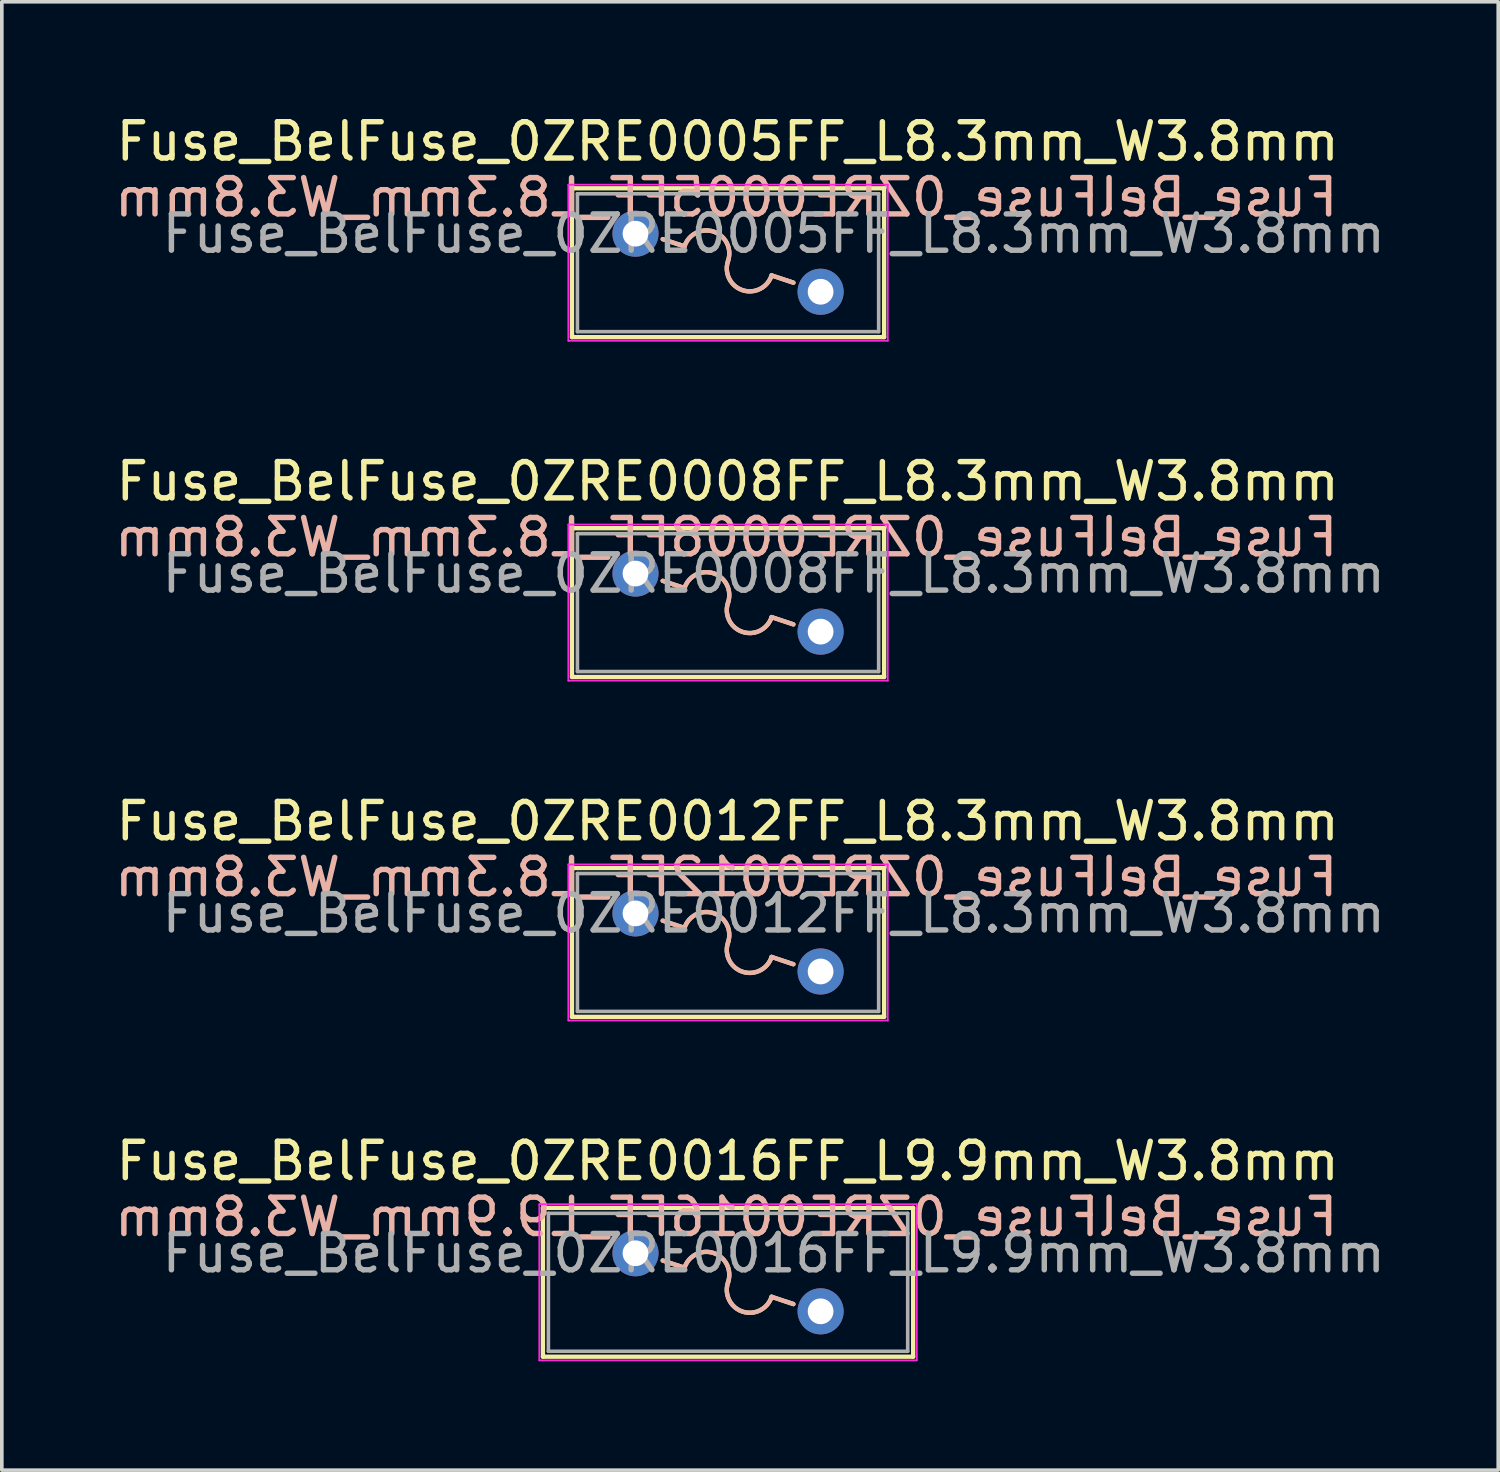
<source format=kicad_pcb>
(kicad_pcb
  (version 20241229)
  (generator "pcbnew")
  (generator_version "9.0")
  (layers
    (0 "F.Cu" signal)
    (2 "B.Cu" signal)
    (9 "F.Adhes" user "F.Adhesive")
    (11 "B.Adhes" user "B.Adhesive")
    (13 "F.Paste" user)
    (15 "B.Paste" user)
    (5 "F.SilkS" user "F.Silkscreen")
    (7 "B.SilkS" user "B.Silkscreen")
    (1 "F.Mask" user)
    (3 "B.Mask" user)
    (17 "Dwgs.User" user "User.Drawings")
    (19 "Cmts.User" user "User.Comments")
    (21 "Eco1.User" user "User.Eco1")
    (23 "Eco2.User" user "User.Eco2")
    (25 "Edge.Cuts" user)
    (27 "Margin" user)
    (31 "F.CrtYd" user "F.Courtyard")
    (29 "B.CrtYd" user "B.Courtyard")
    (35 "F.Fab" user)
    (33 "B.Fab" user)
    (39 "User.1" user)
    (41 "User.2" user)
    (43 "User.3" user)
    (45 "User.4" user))
  (footprint "Fuse_BelFuse_0ZRE0012FF_L8.3mm_W3.8mm"
    (layer "F.Cu")
    (at 14.458 22.115)
    (property "Reference" "Fuse_BelFuse_0ZRE0012FF_L8.3mm_W3.8mm" (at 2.54 -2.54 0) (layer "F.SilkS") (effects (font (size 1 1) (thickness 0.15))))
    (fp_line (start -1.75 -1.25) (end -1.75 2.85) (stroke (width 0.12) (type solid)) (layer "F.SilkS"))
    (fp_line (start -1.75 -1.25) (end 6.85 -1.25) (stroke (width 0.12) (type solid)) (layer "F.SilkS"))
    (fp_line (start -1.75 2.85) (end 6.85 2.85) (stroke (width 0.12) (type solid)) (layer "F.SilkS"))
    (fp_line (start 0.75 0.2) (end 1.35 0.4) (stroke (width 0.12) (type solid)) (layer "F.SilkS"))
    (fp_line (start 3.75 1.2) (end 4.35 1.4) (stroke (width 0.12) (type solid)) (layer "F.SilkS"))
    (fp_line (start 6.85 -1.25) (end 6.85 2.85) (stroke (width 0.12) (type solid)) (layer "F.SilkS"))
    (fp_arc (start 1.350003 0.400002) (mid 2.150001 0.000002) (end 2.550001 0.8) (stroke (width 0.12) (type solid)) (layer "F.SilkS"))
    (fp_arc (start 3.749999 1.199998) (mid 2.950001 1.599998) (end 2.550001 0.8) (stroke (width 0.12) (type solid)) (layer "F.SilkS"))
    (fp_line (start 0.75 0.2) (end 1.35 0.4) (stroke (width 0.12) (type solid)) (layer "B.SilkS"))
    (fp_line (start 3.75 1.2) (end 4.35 1.4) (stroke (width 0.12) (type solid)) (layer "B.SilkS"))
    (fp_arc (start 1.350003 0.400002) (mid 2.150001 0.000002) (end 2.550001 0.8) (stroke (width 0.12) (type solid)) (layer "B.SilkS"))
    (fp_arc (start 3.749999 1.199998) (mid 2.950001 1.599998) (end 2.550001 0.8) (stroke (width 0.12) (type solid)) (layer "B.SilkS"))
    (fp_line (start -1.85 -1.35) (end -1.85 2.95) (stroke (width 0.05) (type solid)) (layer "F.CrtYd"))
    (fp_line (start -1.85 -1.35) (end 6.95 -1.35) (stroke (width 0.05) (type solid)) (layer "F.CrtYd"))
    (fp_line (start -1.85 2.95) (end 6.95 2.95) (stroke (width 0.05) (type solid)) (layer "F.CrtYd"))
    (fp_line (start 6.95 -1.35) (end 6.95 2.95) (stroke (width 0.05) (type solid)) (layer "F.CrtYd"))
    (fp_line (start -1.6 -1.1) (end -1.6 2.7) (stroke (width 0.1) (type solid)) (layer "F.Fab"))
    (fp_line (start -1.6 -1.1) (end 6.7 -1.1) (stroke (width 0.1) (type solid)) (layer "F.Fab"))
    (fp_line (start -1.6 2.7) (end 6.7 2.7) (stroke (width 0.1) (type solid)) (layer "F.Fab"))
    (fp_line (start 6.7 -1.1) (end 6.7 2.7) (stroke (width 0.1) (type solid)) (layer "F.Fab"))
    (fp_text user "${REFERENCE}" (at 2.5 -1 0) (layer "B.SilkS") (effects (font (size 1 1) (thickness 0.15)) (justify mirror)))
    (fp_text user "${REFERENCE}" (at 3.81 0 0) (layer "F.Fab") (effects (font (size 1 1) (thickness 0.15))))
    (pad "1" thru_hole circle (at 0 0) (size 1.27 1.27) (drill 0.71) (layers "*.Cu" "*.Mask"))
    (pad "2" thru_hole circle (at 5.1 1.6) (size 1.27 1.27) (drill 0.71) (layers "*.Cu" "*.Mask")))
  (footprint "Fuse_BelFuse_0ZRE0005FF_L8.3mm_W3.8mm"
    (layer "F.Cu")
    (at 14.458 3.388)
    (property "Reference" "Fuse_BelFuse_0ZRE0005FF_L8.3mm_W3.8mm" (at 2.54 -2.54 0) (layer "F.SilkS") (effects (font (size 1 1) (thickness 0.15))))
    (fp_line (start -1.75 -1.25) (end -1.75 2.85) (stroke (width 0.12) (type solid)) (layer "F.SilkS"))
    (fp_line (start -1.75 -1.25) (end 6.85 -1.25) (stroke (width 0.12) (type solid)) (layer "F.SilkS"))
    (fp_line (start -1.75 2.85) (end 6.85 2.85) (stroke (width 0.12) (type solid)) (layer "F.SilkS"))
    (fp_line (start 0.75 0.15) (end 1.35 0.35) (stroke (width 0.12) (type solid)) (layer "F.SilkS"))
    (fp_line (start 3.75 1.15) (end 4.35 1.35) (stroke (width 0.12) (type solid)) (layer "F.SilkS"))
    (fp_line (start 6.85 -1.25) (end 6.85 2.85) (stroke (width 0.12) (type solid)) (layer "F.SilkS"))
    (fp_arc (start 1.350003 0.350002) (mid 2.150001 -0.049998) (end 2.550001 0.75) (stroke (width 0.12) (type solid)) (layer "F.SilkS"))
    (fp_arc (start 3.749999 1.149998) (mid 2.950001 1.549998) (end 2.550001 0.75) (stroke (width 0.12) (type solid)) (layer "F.SilkS"))
    (fp_line (start 0.75 0.15) (end 1.35 0.35) (stroke (width 0.12) (type solid)) (layer "B.SilkS"))
    (fp_line (start 3.75 1.15) (end 4.35 1.35) (stroke (width 0.12) (type solid)) (layer "B.SilkS"))
    (fp_arc (start 1.350003 0.350002) (mid 2.150001 -0.049998) (end 2.550001 0.75) (stroke (width 0.12) (type solid)) (layer "B.SilkS"))
    (fp_arc (start 3.749999 1.149998) (mid 2.950001 1.549998) (end 2.550001 0.75) (stroke (width 0.12) (type solid)) (layer "B.SilkS"))
    (fp_line (start -1.85 -1.35) (end -1.85 2.95) (stroke (width 0.05) (type solid)) (layer "F.CrtYd"))
    (fp_line (start -1.85 -1.35) (end 6.95 -1.35) (stroke (width 0.05) (type solid)) (layer "F.CrtYd"))
    (fp_line (start -1.85 2.95) (end 6.95 2.95) (stroke (width 0.05) (type solid)) (layer "F.CrtYd"))
    (fp_line (start 6.95 -1.35) (end 6.95 2.95) (stroke (width 0.05) (type solid)) (layer "F.CrtYd"))
    (fp_line (start -1.6 -1.1) (end -1.6 2.7) (stroke (width 0.1) (type solid)) (layer "F.Fab"))
    (fp_line (start -1.6 -1.1) (end 6.7 -1.1) (stroke (width 0.1) (type solid)) (layer "F.Fab"))
    (fp_line (start -1.6 2.7) (end 6.7 2.7) (stroke (width 0.1) (type solid)) (layer "F.Fab"))
    (fp_line (start 6.7 -1.1) (end 6.7 2.7) (stroke (width 0.1) (type solid)) (layer "F.Fab"))
    (fp_text user "${REFERENCE}" (at 2.5 -1 0) (layer "B.SilkS") (effects (font (size 1 1) (thickness 0.15)) (justify mirror)))
    (fp_text user "${REFERENCE}" (at 3.81 0 0) (layer "F.Fab") (effects (font (size 1 1) (thickness 0.15))))
    (pad "1" thru_hole circle (at 0 0) (size 1.27 1.27) (drill 0.71) (layers "*.Cu" "*.Mask"))
    (pad "2" thru_hole circle (at 5.1 1.6) (size 1.27 1.27) (drill 0.71) (layers "*.Cu" "*.Mask")))
  (footprint "Fuse_BelFuse_0ZRE0016FF_L9.9mm_W3.8mm"
    (layer "F.Cu")
    (at 14.458 31.478)
    (property "Reference" "Fuse_BelFuse_0ZRE0016FF_L9.9mm_W3.8mm" (at 2.54 -2.54 0) (layer "F.SilkS") (effects (font (size 1 1) (thickness 0.15))))
    (fp_line (start -2.55 -1.25) (end -2.55 2.85) (stroke (width 0.12) (type solid)) (layer "F.SilkS"))
    (fp_line (start -2.55 -1.25) (end 7.65 -1.25) (stroke (width 0.12) (type solid)) (layer "F.SilkS"))
    (fp_line (start -2.55 2.85) (end 7.65 2.85) (stroke (width 0.12) (type solid)) (layer "F.SilkS"))
    (fp_line (start 0.75 0.2) (end 1.35 0.4) (stroke (width 0.12) (type solid)) (layer "F.SilkS"))
    (fp_line (start 3.75 1.2) (end 4.35 1.4) (stroke (width 0.12) (type solid)) (layer "F.SilkS"))
    (fp_line (start 7.65 -1.25) (end 7.65 2.85) (stroke (width 0.12) (type solid)) (layer "F.SilkS"))
    (fp_arc (start 1.350003 0.400002) (mid 2.150001 0.000002) (end 2.550001 0.8) (stroke (width 0.12) (type solid)) (layer "F.SilkS"))
    (fp_arc (start 3.749999 1.199998) (mid 2.950001 1.599998) (end 2.550001 0.8) (stroke (width 0.12) (type solid)) (layer "F.SilkS"))
    (fp_line (start 0.75 0.2) (end 1.35 0.4) (stroke (width 0.12) (type solid)) (layer "B.SilkS"))
    (fp_line (start 3.75 1.2) (end 4.35 1.4) (stroke (width 0.12) (type solid)) (layer "B.SilkS"))
    (fp_arc (start 1.350003 0.400002) (mid 2.150001 0.000002) (end 2.550001 0.8) (stroke (width 0.12) (type solid)) (layer "B.SilkS"))
    (fp_arc (start 3.749999 1.199998) (mid 2.950001 1.599998) (end 2.550001 0.8) (stroke (width 0.12) (type solid)) (layer "B.SilkS"))
    (fp_line (start -2.65 -1.35) (end -2.65 2.95) (stroke (width 0.05) (type solid)) (layer "F.CrtYd"))
    (fp_line (start -2.65 -1.35) (end 7.75 -1.35) (stroke (width 0.05) (type solid)) (layer "F.CrtYd"))
    (fp_line (start -2.65 2.95) (end 7.75 2.95) (stroke (width 0.05) (type solid)) (layer "F.CrtYd"))
    (fp_line (start 7.75 -1.35) (end 7.75 2.95) (stroke (width 0.05) (type solid)) (layer "F.CrtYd"))
    (fp_line (start -2.4 -1.1) (end -2.4 2.7) (stroke (width 0.1) (type solid)) (layer "F.Fab"))
    (fp_line (start -2.4 -1.1) (end 7.5 -1.1) (stroke (width 0.1) (type solid)) (layer "F.Fab"))
    (fp_line (start -2.4 2.7) (end 7.5 2.7) (stroke (width 0.1) (type solid)) (layer "F.Fab"))
    (fp_line (start 7.5 -1.1) (end 7.5 2.7) (stroke (width 0.1) (type solid)) (layer "F.Fab"))
    (fp_text user "${REFERENCE}" (at 2.5 -1 0) (layer "B.SilkS") (effects (font (size 1 1) (thickness 0.15)) (justify mirror)))
    (fp_text user "${REFERENCE}" (at 3.81 0 0) (layer "F.Fab") (effects (font (size 1 1) (thickness 0.15))))
    (pad "1" thru_hole circle (at 0 0) (size 1.27 1.27) (drill 0.71) (layers "*.Cu" "*.Mask"))
    (pad "2" thru_hole circle (at 5.1 1.6) (size 1.27 1.27) (drill 0.71) (layers "*.Cu" "*.Mask")))
  (footprint "Fuse_BelFuse_0ZRE0008FF_L8.3mm_W3.8mm"
    (layer "F.Cu")
    (at 14.458 12.752)
    (property "Reference" "Fuse_BelFuse_0ZRE0008FF_L8.3mm_W3.8mm" (at 2.54 -2.54 0) (layer "F.SilkS") (effects (font (size 1 1) (thickness 0.15))))
    (fp_line (start -1.75 -1.25) (end -1.75 2.85) (stroke (width 0.12) (type solid)) (layer "F.SilkS"))
    (fp_line (start -1.75 -1.25) (end 6.85 -1.25) (stroke (width 0.12) (type solid)) (layer "F.SilkS"))
    (fp_line (start -1.75 2.85) (end 6.85 2.85) (stroke (width 0.12) (type solid)) (layer "F.SilkS"))
    (fp_line (start 0.75 0.2) (end 1.35 0.4) (stroke (width 0.12) (type solid)) (layer "F.SilkS"))
    (fp_line (start 3.75 1.2) (end 4.35 1.4) (stroke (width 0.12) (type solid)) (layer "F.SilkS"))
    (fp_line (start 6.85 -1.25) (end 6.85 2.85) (stroke (width 0.12) (type solid)) (layer "F.SilkS"))
    (fp_arc (start 1.350003 0.400002) (mid 2.150001 0.000002) (end 2.550001 0.8) (stroke (width 0.12) (type solid)) (layer "F.SilkS"))
    (fp_arc (start 3.749999 1.199998) (mid 2.950001 1.599998) (end 2.550001 0.8) (stroke (width 0.12) (type solid)) (layer "F.SilkS"))
    (fp_line (start 0.75 0.2) (end 1.35 0.4) (stroke (width 0.12) (type solid)) (layer "B.SilkS"))
    (fp_line (start 3.75 1.2) (end 4.35 1.4) (stroke (width 0.12) (type solid)) (layer "B.SilkS"))
    (fp_arc (start 1.350003 0.400002) (mid 2.150001 0.000002) (end 2.550001 0.8) (stroke (width 0.12) (type solid)) (layer "B.SilkS"))
    (fp_arc (start 3.749999 1.199998) (mid 2.950001 1.599998) (end 2.550001 0.8) (stroke (width 0.12) (type solid)) (layer "B.SilkS"))
    (fp_line (start -1.85 -1.35) (end -1.85 2.95) (stroke (width 0.05) (type solid)) (layer "F.CrtYd"))
    (fp_line (start -1.85 -1.35) (end 6.95 -1.35) (stroke (width 0.05) (type solid)) (layer "F.CrtYd"))
    (fp_line (start -1.85 2.95) (end 6.95 2.95) (stroke (width 0.05) (type solid)) (layer "F.CrtYd"))
    (fp_line (start 6.95 -1.35) (end 6.95 2.95) (stroke (width 0.05) (type solid)) (layer "F.CrtYd"))
    (fp_line (start -1.6 -1.1) (end -1.6 2.7) (stroke (width 0.1) (type solid)) (layer "F.Fab"))
    (fp_line (start -1.6 -1.1) (end 6.7 -1.1) (stroke (width 0.1) (type solid)) (layer "F.Fab"))
    (fp_line (start -1.6 2.7) (end 6.7 2.7) (stroke (width 0.1) (type solid)) (layer "F.Fab"))
    (fp_line (start 6.7 -1.1) (end 6.7 2.7) (stroke (width 0.1) (type solid)) (layer "F.Fab"))
    (fp_text user "${REFERENCE}" (at 2.5 -1 0) (layer "B.SilkS") (effects (font (size 1 1) (thickness 0.15)) (justify mirror)))
    (fp_text user "${REFERENCE}" (at 3.81 0 0) (layer "F.Fab") (effects (font (size 1 1) (thickness 0.15))))
    (pad "1" thru_hole circle (at 0 0) (size 1.27 1.27) (drill 0.71) (layers "*.Cu" "*.Mask"))
    (pad "2" thru_hole circle (at 5.1 1.6) (size 1.27 1.27) (drill 0.71) (layers "*.Cu" "*.Mask")))
  (gr_rect
    (start -3 -3)
    (end 38.227 37.453)
    (stroke (width 0.1) (type default))
    (fill no)
    (layer "Edge.Cuts")))
</source>
